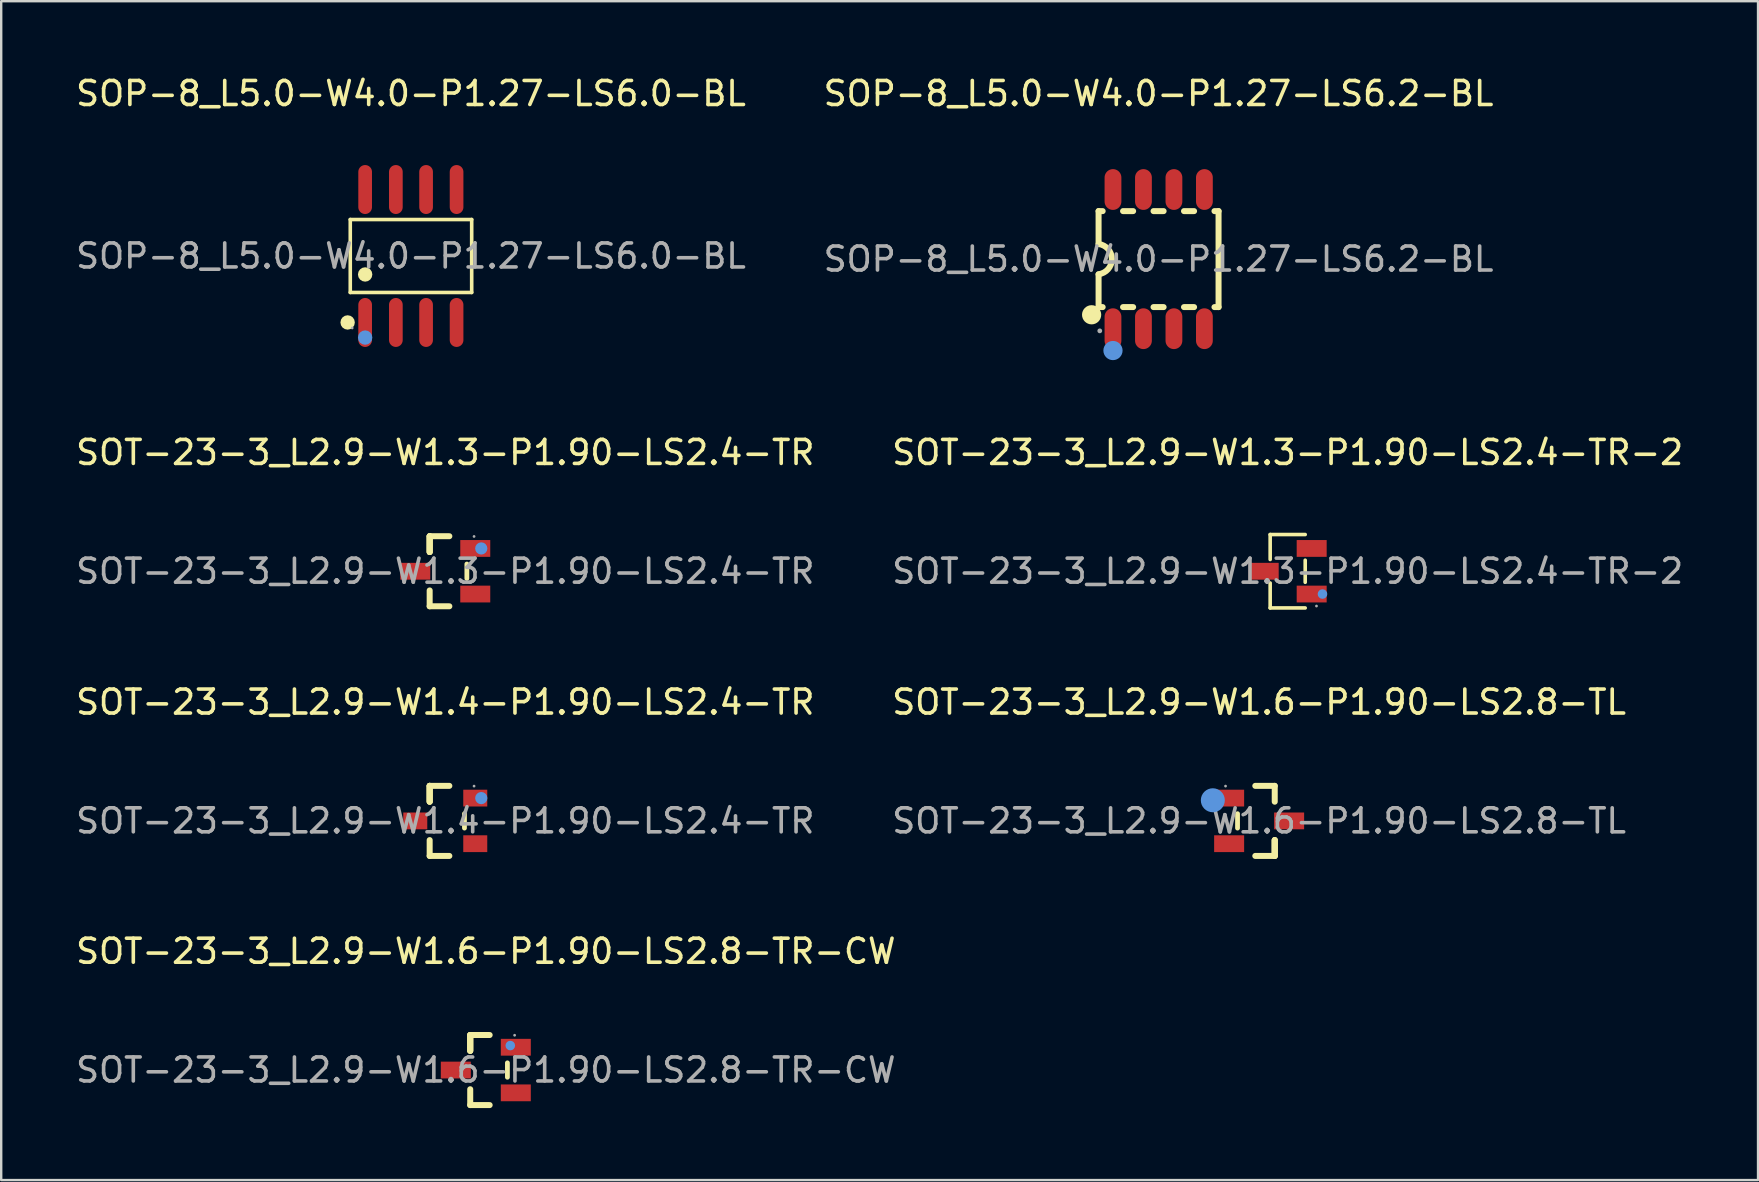
<source format=kicad_pcb>
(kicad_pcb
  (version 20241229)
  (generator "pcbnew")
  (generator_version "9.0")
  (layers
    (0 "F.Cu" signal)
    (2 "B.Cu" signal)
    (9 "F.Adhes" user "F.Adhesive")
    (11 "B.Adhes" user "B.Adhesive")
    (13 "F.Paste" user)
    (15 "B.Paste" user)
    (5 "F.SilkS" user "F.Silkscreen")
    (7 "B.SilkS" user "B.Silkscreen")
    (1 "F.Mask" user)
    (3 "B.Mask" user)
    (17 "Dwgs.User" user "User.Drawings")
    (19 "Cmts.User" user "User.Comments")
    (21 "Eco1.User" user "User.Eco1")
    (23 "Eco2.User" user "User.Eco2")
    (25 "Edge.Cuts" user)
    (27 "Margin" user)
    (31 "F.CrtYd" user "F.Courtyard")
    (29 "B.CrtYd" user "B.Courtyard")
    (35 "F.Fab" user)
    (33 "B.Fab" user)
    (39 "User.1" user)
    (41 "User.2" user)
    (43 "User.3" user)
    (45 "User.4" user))
  (footprint "SOT-23-3_L2.9-W1.3-P1.90-LS2.4-TR-2"
    (layer "F.Cu")
    (at 50.613 20.756)
    (property "Reference" "SOT-23-3_L2.9-W1.3-P1.90-LS2.4-TR-2" (at 0 -4.95 0) (layer "F.SilkS") (effects (font (size 1 1) (thickness 0.15))))
    (attr through_hole)
    (fp_line (start -0.73 -1.53) (end -0.73 -0.49) (stroke (width 0.15) (type solid)) (layer "F.SilkS"))
    (fp_line (start -0.73 1.53) (end -0.73 0.49) (stroke (width 0.15) (type solid)) (layer "F.SilkS"))
    (fp_line (start 0.73 -1.53) (end -0.73 -1.53) (stroke (width 0.15) (type solid)) (layer "F.SilkS"))
    (fp_line (start 0.73 -0.46) (end 0.73 0.46) (stroke (width 0.15) (type solid)) (layer "F.SilkS"))
    (fp_line (start 0.73 1.53) (end -0.73 1.53) (stroke (width 0.15) (type solid)) (layer "F.SilkS"))
    (fp_circle (center 1.45 0.95) (end 1.55 0.95) (stroke (width 0.2) (type solid)) (fill no) (layer "Cmts.User"))
    (fp_circle (center 1.2 1.45) (end 1.23 1.45) (stroke (width 0.06) (type solid)) (fill no) (layer "F.Fab"))
    (fp_text user "${REFERENCE}" (at 0 0 0) (layer "F.Fab") (effects (font (size 1 1) (thickness 0.15))))
    (pad "1" smd rect (at 1 -0.95) (size 1.25 0.7) (layers "F.Cu" "F.Mask" "F.Paste"))
    (pad "2" smd rect (at 1 0.95) (size 1.25 0.7) (layers "F.Cu" "F.Mask" "F.Paste"))
    (pad "3" smd rect (at -1 0) (size 1.25 0.7) (layers "F.Cu" "F.Mask" "F.Paste")))
  (footprint "SOT-23-3_L2.9-W1.3-P1.90-LS2.4-TR"
    (layer "F.Cu")
    (at 15.506 20.756)
    (property "Reference" "SOT-23-3_L2.9-W1.3-P1.90-LS2.4-TR" (at 0 -4.95 0) (layer "F.SilkS") (effects (font (size 1 1) (thickness 0.15))))
    (attr through_hole)
    (fp_line (start -0.65 -1.46) (end -0.65 -0.8) (stroke (width 0.25) (type solid)) (layer "F.SilkS"))
    (fp_line (start -0.65 -1.46) (end 0.17 -1.46) (stroke (width 0.25) (type solid)) (layer "F.SilkS"))
    (fp_line (start -0.65 -0.8) (end -0.65 -1.46) (stroke (width 0.25) (type solid)) (layer "F.SilkS"))
    (fp_line (start -0.65 -0.8) (end -0.65 -1.46) (stroke (width 0.25) (type solid)) (layer "F.SilkS"))
    (fp_line (start -0.65 1.46) (end -0.65 0.8) (stroke (width 0.25) (type solid)) (layer "F.SilkS"))
    (fp_line (start 0.17 1.46) (end -0.65 1.46) (stroke (width 0.25) (type solid)) (layer "F.SilkS"))
    (fp_line (start 0.9 0.3) (end 0.9 -0.3) (stroke (width 0.2) (type solid)) (layer "F.SilkS"))
    (fp_circle (center 1.5 -0.95) (end 1.63 -0.95) (stroke (width 0.25) (type solid)) (fill no) (layer "Cmts.User"))
    (fp_circle (center 1.2 -1.45) (end 1.23 -1.45) (stroke (width 0.06) (type solid)) (fill no) (layer "F.Fab"))
    (fp_text user "${REFERENCE}" (at 0 0 0) (layer "F.Fab") (effects (font (size 1 1) (thickness 0.15))))
    (pad "1" smd rect (at 1.25 -0.95 270) (size 0.7 1.25) (layers "F.Cu" "F.Mask" "F.Paste"))
    (pad "2" smd rect (at 1.25 0.95 270) (size 0.7 1.25) (layers "F.Cu" "F.Mask" "F.Paste"))
    (pad "3" smd rect (at -1.25 0 270) (size 0.7 1.25) (layers "F.Cu" "F.Mask" "F.Paste")))
  (footprint "SOP-8_L5.0-W4.0-P1.27-LS6.2-BL"
    (layer "F.Cu")
    (at 45.232 7.748)
    (property "Reference" "SOP-8_L5.0-W4.0-P1.27-LS6.2-BL" (at 0 -6.9 0) (layer "F.SilkS") (effects (font (size 1 1) (thickness 0.15))))
    (attr through_hole)
    (fp_line (start -2.5 -2) (end -2.5 -0.63) (stroke (width 0.25) (type solid)) (layer "F.SilkS"))
    (fp_line (start -2.5 -2) (end -2.33 -2) (stroke (width 0.25) (type solid)) (layer "F.SilkS"))
    (fp_line (start -2.5 2) (end -2.5 0.64) (stroke (width 0.25) (type solid)) (layer "F.SilkS"))
    (fp_line (start -2.5 2) (end -2.33 2) (stroke (width 0.25) (type solid)) (layer "F.SilkS"))
    (fp_line (start -1.48 -2) (end -1.06 -2) (stroke (width 0.25) (type solid)) (layer "F.SilkS"))
    (fp_line (start -1.48 2) (end -1.06 2) (stroke (width 0.25) (type solid)) (layer "F.SilkS"))
    (fp_line (start -0.21 -2) (end 0.21 -2) (stroke (width 0.25) (type solid)) (layer "F.SilkS"))
    (fp_line (start -0.21 2) (end 0.21 2) (stroke (width 0.25) (type solid)) (layer "F.SilkS"))
    (fp_line (start 1.06 -2) (end 1.48 -2) (stroke (width 0.25) (type solid)) (layer "F.SilkS"))
    (fp_line (start 1.06 2) (end 1.48 2) (stroke (width 0.25) (type solid)) (layer "F.SilkS"))
    (fp_line (start 2.33 -2) (end 2.5 -2) (stroke (width 0.25) (type solid)) (layer "F.SilkS"))
    (fp_line (start 2.33 2) (end 2.5 2) (stroke (width 0.25) (type solid)) (layer "F.SilkS"))
    (fp_line (start 2.5 -2) (end 2.5 2) (stroke (width 0.25) (type solid)) (layer "F.SilkS"))
    (fp_arc (start -2.79 2.32) (mid -2.79 2.32) (end -2.79 2.32) (stroke (width 0.4) (type solid)) (layer "F.SilkS"))
    (fp_arc (start -2.5 -0.63) (mid -1.944941 0.000797) (end -2.501582 0.630199) (stroke (width 0.25) (type solid)) (layer "F.SilkS"))
    (fp_circle (center -1.9 3.81) (end -1.7 3.81) (stroke (width 0.4) (type solid)) (fill no) (layer "Cmts.User"))
    (fp_circle (center -2.45 2.99) (end -2.4 2.99) (stroke (width 0.1) (type solid)) (fill no) (layer "F.Fab"))
    (fp_text user "${REFERENCE}" (at 0 0 0) (layer "F.Fab") (effects (font (size 1 1) (thickness 0.15))))
    (pad "1" smd oval (at -1.9 2.9 180) (size 0.7 1.7) (layers "F.Cu" "F.Mask" "F.Paste"))
    (pad "2" smd oval (at -0.63 2.9 180) (size 0.7 1.7) (layers "F.Cu" "F.Mask" "F.Paste"))
    (pad "3" smd oval (at 0.64 2.9 180) (size 0.7 1.7) (layers "F.Cu" "F.Mask" "F.Paste"))
    (pad "4" smd oval (at 1.91 2.9 180) (size 0.7 1.7) (layers "F.Cu" "F.Mask" "F.Paste"))
    (pad "5" smd oval (at 1.91 -2.9 180) (size 0.7 1.7) (layers "F.Cu" "F.Mask" "F.Paste"))
    (pad "6" smd oval (at 0.64 -2.9 180) (size 0.7 1.7) (layers "F.Cu" "F.Mask" "F.Paste"))
    (pad "7" smd oval (at -0.63 -2.9 180) (size 0.7 1.7) (layers "F.Cu" "F.Mask" "F.Paste"))
    (pad "8" smd oval (at -1.9 -2.9 180) (size 0.7 1.7) (layers "F.Cu" "F.Mask" "F.Paste")))
  (footprint "SOP-8_L5.0-W4.0-P1.27-LS6.0-BL"
    (layer "F.Cu")
    (at 14.077 7.618)
    (property "Reference" "SOP-8_L5.0-W4.0-P1.27-LS6.0-BL" (at 0 -6.77 0) (layer "F.SilkS") (effects (font (size 1 1) (thickness 0.15))))
    (attr through_hole)
    (fp_line (start -2.53 -1.52) (end 2.53 -1.52) (stroke (width 0.15) (type solid)) (layer "F.SilkS"))
    (fp_line (start -2.53 1.52) (end -2.53 -1.52) (stroke (width 0.15) (type solid)) (layer "F.SilkS"))
    (fp_line (start 2.53 -1.52) (end 2.53 1.52) (stroke (width 0.15) (type solid)) (layer "F.SilkS"))
    (fp_line (start 2.53 1.52) (end -2.53 1.52) (stroke (width 0.15) (type solid)) (layer "F.SilkS"))
    (fp_circle (center -2.64 2.77) (end -2.49 2.77) (stroke (width 0.3) (type solid)) (fill no) (layer "F.SilkS"))
    (fp_circle (center -1.91 0.77) (end -1.76 0.77) (stroke (width 0.3) (type solid)) (fill no) (layer "F.SilkS"))
    (fp_circle (center -1.91 3.4) (end -1.76 3.4) (stroke (width 0.3) (type solid)) (fill no) (layer "Cmts.User"))
    (fp_circle (center -2.45 3) (end -2.42 3) (stroke (width 0.06) (type solid)) (fill no) (layer "F.Fab"))
    (fp_text user "${REFERENCE}" (at 0 0 0) (layer "F.Fab") (effects (font (size 1 1) (thickness 0.15))))
    (pad "1" smd oval (at -1.91 2.77) (size 0.57 2.04) (layers "F.Cu" "F.Mask" "F.Paste"))
    (pad "2" smd oval (at -0.63 2.77) (size 0.57 2.04) (layers "F.Cu" "F.Mask" "F.Paste"))
    (pad "3" smd oval (at 0.63 2.77) (size 0.57 2.04) (layers "F.Cu" "F.Mask" "F.Paste"))
    (pad "4" smd oval (at 1.9 2.77) (size 0.57 2.04) (layers "F.Cu" "F.Mask" "F.Paste"))
    (pad "5" smd oval (at 1.9 -2.77) (size 0.57 2.04) (layers "F.Cu" "F.Mask" "F.Paste"))
    (pad "6" smd oval (at 0.63 -2.77) (size 0.57 2.04) (layers "F.Cu" "F.Mask" "F.Paste"))
    (pad "7" smd oval (at -0.63 -2.77) (size 0.57 2.04) (layers "F.Cu" "F.Mask" "F.Paste"))
    (pad "8" smd oval (at -1.91 -2.77) (size 0.57 2.04) (layers "F.Cu" "F.Mask" "F.Paste")))
  (footprint "SOT-23-3_L2.9-W1.6-P1.90-LS2.8-TL"
    (layer "F.Cu")
    (at 49.423 31.16)
    (property "Reference" "SOT-23-3_L2.9-W1.6-P1.90-LS2.8-TL" (at 0 -4.95 0) (layer "F.SilkS") (effects (font (size 1 1) (thickness 0.15))))
    (attr through_hole)
    (fp_line (start -0.9 -0.3) (end -0.9 0.3) (stroke (width 0.2) (type solid)) (layer "F.SilkS"))
    (fp_line (start -0.16 -1.46) (end 0.65 -1.46) (stroke (width 0.25) (type solid)) (layer "F.SilkS"))
    (fp_line (start 0.65 -1.46) (end 0.65 -0.8) (stroke (width 0.25) (type solid)) (layer "F.SilkS"))
    (fp_line (start 0.65 0.8) (end 0.65 1.46) (stroke (width 0.25) (type solid)) (layer "F.SilkS"))
    (fp_line (start 0.65 0.8) (end 0.65 1.46) (stroke (width 0.25) (type solid)) (layer "F.SilkS"))
    (fp_line (start 0.65 1.46) (end -0.16 1.46) (stroke (width 0.25) (type solid)) (layer "F.SilkS"))
    (fp_line (start 0.65 1.46) (end 0.65 0.8) (stroke (width 0.25) (type solid)) (layer "F.SilkS"))
    (fp_circle (center -1.93 -0.86) (end -1.68 -0.86) (stroke (width 0.5) (type solid)) (fill no) (layer "Cmts.User"))
    (fp_circle (center -1.4 -1.45) (end -1.37 -1.45) (stroke (width 0.06) (type solid)) (fill no) (layer "F.Fab"))
    (fp_text user "${REFERENCE}" (at 0 0 0) (layer "F.Fab") (effects (font (size 1 1) (thickness 0.15))))
    (pad "1" smd rect (at -1.25 -0.95) (size 1.25 0.7) (layers "F.Cu" "F.Mask" "F.Paste"))
    (pad "2" smd rect (at -1.25 0.95) (size 1.25 0.7) (layers "F.Cu" "F.Mask" "F.Paste"))
    (pad "3" smd rect (at 1.25 0) (size 1.25 0.7) (layers "F.Cu" "F.Mask" "F.Paste")))
  (footprint "SOT-23-3_L2.9-W1.4-P1.90-LS2.4-TR"
    (layer "F.Cu")
    (at 15.506 31.16)
    (property "Reference" "SOT-23-3_L2.9-W1.4-P1.90-LS2.4-TR" (at 0 -4.95 0) (layer "F.SilkS") (effects (font (size 1 1) (thickness 0.15))))
    (attr through_hole)
    (fp_line (start -0.65 -1.46) (end -0.65 -0.8) (stroke (width 0.25) (type solid)) (layer "F.SilkS"))
    (fp_line (start -0.65 -1.46) (end 0.17 -1.46) (stroke (width 0.25) (type solid)) (layer "F.SilkS"))
    (fp_line (start -0.65 -0.8) (end -0.65 -1.46) (stroke (width 0.25) (type solid)) (layer "F.SilkS"))
    (fp_line (start -0.65 -0.8) (end -0.65 -1.46) (stroke (width 0.25) (type solid)) (layer "F.SilkS"))
    (fp_line (start -0.65 1.46) (end -0.65 0.8) (stroke (width 0.25) (type solid)) (layer "F.SilkS"))
    (fp_line (start 0.17 1.46) (end -0.65 1.46) (stroke (width 0.25) (type solid)) (layer "F.SilkS"))
    (fp_line (start 0.8 0.3) (end 0.8 -0.3) (stroke (width 0.2) (type solid)) (layer "F.SilkS"))
    (fp_circle (center 1.5 -0.95) (end 1.63 -0.95) (stroke (width 0.25) (type solid)) (fill no) (layer "Cmts.User"))
    (fp_circle (center 1.2 -1.45) (end 1.23 -1.45) (stroke (width 0.06) (type solid)) (fill no) (layer "F.Fab"))
    (fp_text user "${REFERENCE}" (at 0 0 0) (layer "F.Fab") (effects (font (size 1 1) (thickness 0.15))))
    (pad "1" smd rect (at 1.25 -0.95 270) (size 0.7 1) (layers "F.Cu" "F.Mask" "F.Paste"))
    (pad "2" smd rect (at 1.25 0.95 270) (size 0.7 1) (layers "F.Cu" "F.Mask" "F.Paste"))
    (pad "3" smd rect (at -1.25 0 270) (size 0.7 1) (layers "F.Cu" "F.Mask" "F.Paste")))
  (footprint "SOT-23-3_L2.9-W1.6-P1.90-LS2.8-TR-CW"
    (layer "F.Cu")
    (at 17.196 41.543)
    (property "Reference" "SOT-23-3_L2.9-W1.6-P1.90-LS2.8-TR-CW" (at 0 -4.95 0) (layer "F.SilkS") (effects (font (size 1 1) (thickness 0.15))))
    (attr through_hole)
    (fp_line (start -0.65 -1.46) (end -0.65 -0.8) (stroke (width 0.25) (type solid)) (layer "F.SilkS"))
    (fp_line (start -0.65 -1.46) (end 0.16 -1.46) (stroke (width 0.25) (type solid)) (layer "F.SilkS"))
    (fp_line (start -0.65 -0.8) (end -0.65 -1.46) (stroke (width 0.25) (type solid)) (layer "F.SilkS"))
    (fp_line (start -0.65 -0.8) (end -0.65 -1.46) (stroke (width 0.25) (type solid)) (layer "F.SilkS"))
    (fp_line (start -0.65 1.46) (end -0.65 0.8) (stroke (width 0.25) (type solid)) (layer "F.SilkS"))
    (fp_line (start 0.16 1.46) (end -0.65 1.46) (stroke (width 0.25) (type solid)) (layer "F.SilkS"))
    (fp_line (start 0.9 0.3) (end 0.9 -0.3) (stroke (width 0.2) (type solid)) (layer "F.SilkS"))
    (fp_circle (center 1.02 -1.02) (end 1.12 -1.02) (stroke (width 0.2) (type solid)) (fill no) (layer "Cmts.User"))
    (fp_circle (center 1.2 -1.45) (end 1.23 -1.45) (stroke (width 0.06) (type solid)) (fill no) (layer "F.Fab"))
    (fp_text user "${REFERENCE}" (at 0 0 0) (layer "F.Fab") (effects (font (size 1 1) (thickness 0.15))))
    (pad "1" smd rect (at 1.25 -0.95 270) (size 0.7 1.25) (layers "F.Cu" "F.Mask" "F.Paste"))
    (pad "2" smd rect (at 1.25 0.95 270) (size 0.7 1.25) (layers "F.Cu" "F.Mask" "F.Paste"))
    (pad "3" smd rect (at -1.25 0 270) (size 0.7 1.25) (layers "F.Cu" "F.Mask" "F.Paste")))
  (gr_rect
    (start -3 -3)
    (end 70.214 46.128)
    (stroke (width 0.1) (type default))
    (fill no)
    (layer "Edge.Cuts")))
</source>
